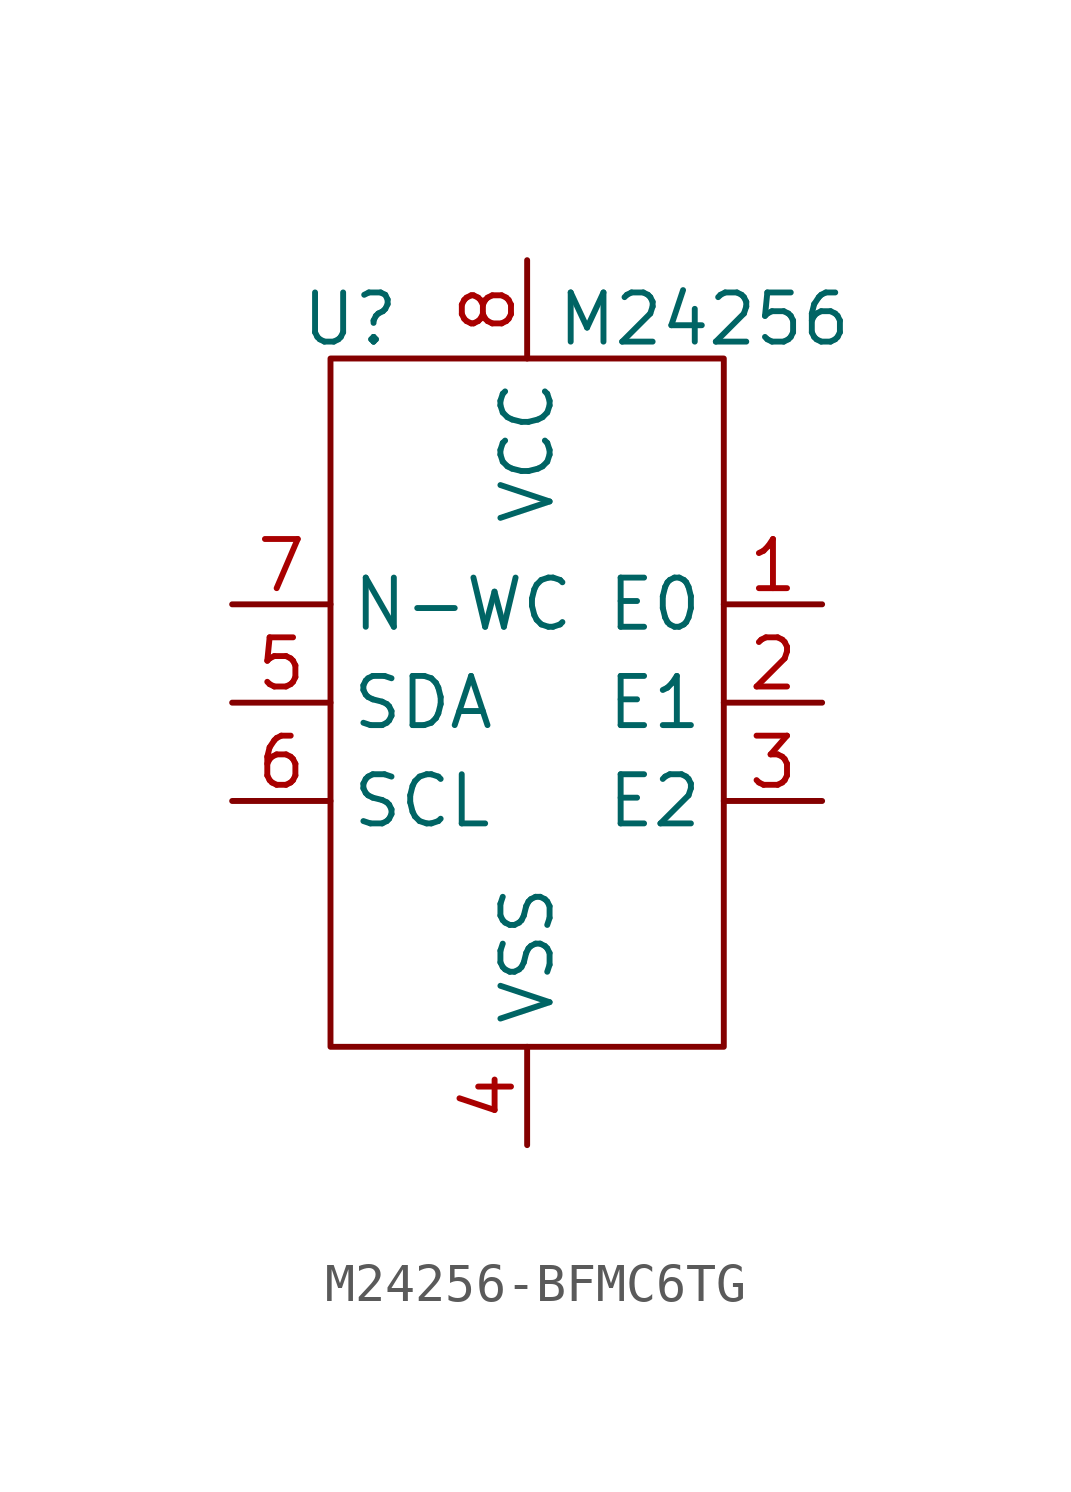
<source format=kicad_sym>
(kicad_symbol_lib
  (version 20231120)
  (generator "kicad_symbol_editor")
  (generator_version "8.0")
  (symbol "M24256-BFMC6TG"
    (property "Reference" "U"
      (at -4.572 9.906 0)
      (effects (font (size 1.27 1.27))))
    (property "Value" "M24256"
      (at 4.572 9.906 0)
      (effects (font (size 1.27 1.27))))
    (symbol "M24256-BFMC6TG_0_0"
      (pin input line (at 7.62 2.54 180) (length 2.54) (name "E0" (effects (font (size 1.27 1.27)))) (number "1" (effects (font (size 1.27 1.27)))))
      (pin output line (at 7.62 0 180) (length 2.54) (name "E1" (effects (font (size 1.27 1.27)))) (number "2" (effects (font (size 1.27 1.27)))))
      (pin input line (at 7.62 -2.54 180) (length 2.54) (name "E2" (effects (font (size 1.27 1.27)))) (number "3" (effects (font (size 1.27 1.27)))))
      (pin power_in line (at 0 -11.43 90) (length 2.54) (name "VSS" (effects (font (size 1.27 1.27)))) (number "4" (effects (font (size 1.27 1.27)))))
      (pin bidirectional line (at -7.62 0 0) (length 2.54) (name "SDA" (effects (font (size 1.27 1.27)))) (number "5" (effects (font (size 1.27 1.27)))))
      (pin input line (at -7.62 -2.54 0) (length 2.54) (name "SCL" (effects (font (size 1.27 1.27)))) (number "6" (effects (font (size 1.27 1.27)))))
      (pin input line (at -7.62 2.54 0) (length 2.54) (name "N-WC" (effects (font (size 1.27 1.27)))) (number "7" (effects (font (size 1.27 1.27)))))
      (pin power_in line (at 0 11.43 270) (length 2.54) (name "VCC" (effects (font (size 1.27 1.27)))) (number "8" (effects (font (size 1.27 1.27))))))
    (symbol "M24256-BFMC6TG_0_1"
      (rectangle (start -5.08 8.89) (end 5.08 -8.89) (stroke (width 0) (type default)) (fill (type none))))))
</source>
